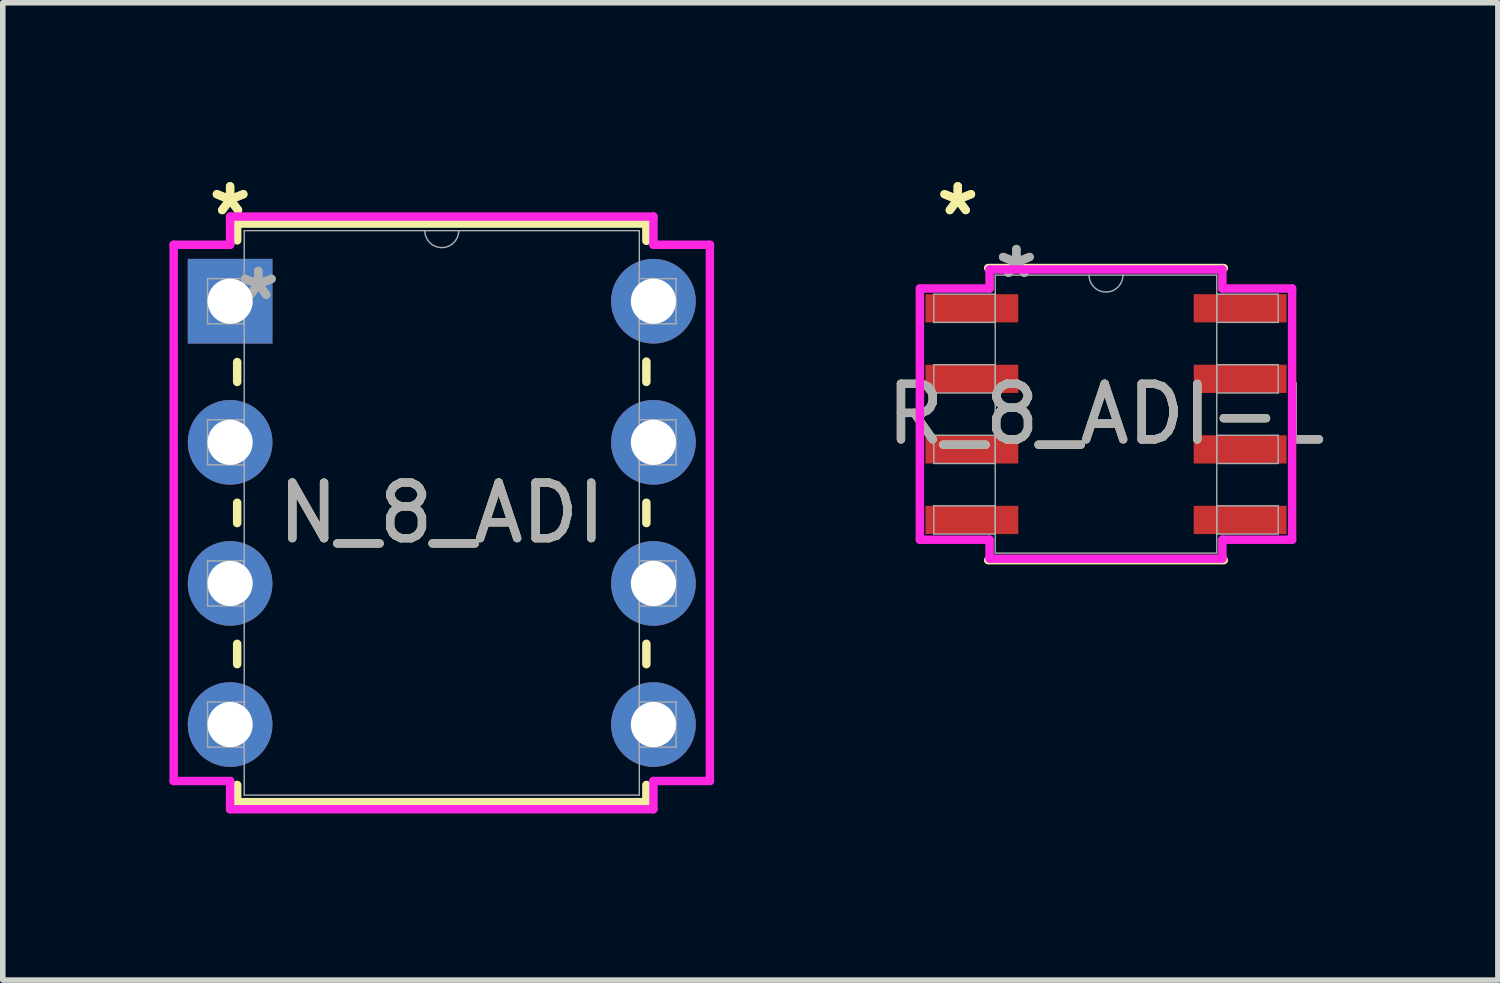
<source format=kicad_pcb>
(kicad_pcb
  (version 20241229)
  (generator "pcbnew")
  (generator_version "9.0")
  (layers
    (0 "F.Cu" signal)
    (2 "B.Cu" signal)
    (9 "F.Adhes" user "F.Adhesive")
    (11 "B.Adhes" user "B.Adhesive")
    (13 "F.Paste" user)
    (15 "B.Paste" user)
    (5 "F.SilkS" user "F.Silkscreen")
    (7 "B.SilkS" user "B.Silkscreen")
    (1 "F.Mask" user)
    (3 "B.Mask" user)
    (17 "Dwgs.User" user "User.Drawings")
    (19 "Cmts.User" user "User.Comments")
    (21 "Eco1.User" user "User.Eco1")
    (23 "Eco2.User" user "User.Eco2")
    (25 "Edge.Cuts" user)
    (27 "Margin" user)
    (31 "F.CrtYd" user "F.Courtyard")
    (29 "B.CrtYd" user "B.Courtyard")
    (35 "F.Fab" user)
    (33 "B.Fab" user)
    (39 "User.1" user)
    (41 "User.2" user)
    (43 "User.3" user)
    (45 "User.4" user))
  (footprint "R_8_ADI-L"
    (layer "F.Cu")
    (at 16.858 4.404)
    (property "Reference" "R_8_ADI-L" (at 0 0 0) (unlocked yes) (layer "F.SilkS") (effects (font (size 1 1) (thickness 0.15))))
    (attr smd)
    (fp_line (start -2.121 2.629) (end 2.121 2.629) (stroke (width 0.152) (type solid)) (layer "F.SilkS"))
    (fp_line (start 2.121 -2.629) (end -2.121 -2.629) (stroke (width 0.152) (type solid)) (layer "F.SilkS"))
    (fp_line (start -3.35 -2.261) (end -2.095 -2.261) (stroke (width 0.152) (type solid)) (layer "F.CrtYd"))
    (fp_line (start -3.35 2.261) (end -3.35 -2.261) (stroke (width 0.152) (type solid)) (layer "F.CrtYd"))
    (fp_line (start -3.35 2.261) (end -2.095 2.261) (stroke (width 0.152) (type solid)) (layer "F.CrtYd"))
    (fp_line (start -2.095 -2.603) (end 2.095 -2.603) (stroke (width 0.152) (type solid)) (layer "F.CrtYd"))
    (fp_line (start -2.095 -2.261) (end -2.095 -2.603) (stroke (width 0.152) (type solid)) (layer "F.CrtYd"))
    (fp_line (start -2.095 2.603) (end -2.095 2.261) (stroke (width 0.152) (type solid)) (layer "F.CrtYd"))
    (fp_line (start 2.095 -2.603) (end 2.095 -2.261) (stroke (width 0.152) (type solid)) (layer "F.CrtYd"))
    (fp_line (start 2.095 2.261) (end 2.095 2.603) (stroke (width 0.152) (type solid)) (layer "F.CrtYd"))
    (fp_line (start 2.095 2.603) (end -2.095 2.603) (stroke (width 0.152) (type solid)) (layer "F.CrtYd"))
    (fp_line (start 3.35 -2.261) (end 2.095 -2.261) (stroke (width 0.152) (type solid)) (layer "F.CrtYd"))
    (fp_line (start 3.35 -2.261) (end 3.35 2.261) (stroke (width 0.152) (type solid)) (layer "F.CrtYd"))
    (fp_line (start 3.35 2.261) (end 2.095 2.261) (stroke (width 0.152) (type solid)) (layer "F.CrtYd"))
    (fp_line (start -3.099 -2.159) (end -3.099 -1.651) (stroke (width 0.025) (type solid)) (layer "F.Fab"))
    (fp_line (start -3.099 -1.651) (end -1.994 -1.651) (stroke (width 0.025) (type solid)) (layer "F.Fab"))
    (fp_line (start -3.099 -0.889) (end -3.099 -0.381) (stroke (width 0.025) (type solid)) (layer "F.Fab"))
    (fp_line (start -3.099 -0.381) (end -1.994 -0.381) (stroke (width 0.025) (type solid)) (layer "F.Fab"))
    (fp_line (start -3.099 0.381) (end -3.099 0.889) (stroke (width 0.025) (type solid)) (layer "F.Fab"))
    (fp_line (start -3.099 0.889) (end -1.994 0.889) (stroke (width 0.025) (type solid)) (layer "F.Fab"))
    (fp_line (start -3.099 1.651) (end -3.099 2.159) (stroke (width 0.025) (type solid)) (layer "F.Fab"))
    (fp_line (start -3.099 2.159) (end -1.994 2.159) (stroke (width 0.025) (type solid)) (layer "F.Fab"))
    (fp_line (start -1.994 -2.502) (end -1.994 2.502) (stroke (width 0.025) (type solid)) (layer "F.Fab"))
    (fp_line (start -1.994 -2.159) (end -3.099 -2.159) (stroke (width 0.025) (type solid)) (layer "F.Fab"))
    (fp_line (start -1.994 -1.651) (end -1.994 -2.159) (stroke (width 0.025) (type solid)) (layer "F.Fab"))
    (fp_line (start -1.994 -0.889) (end -3.099 -0.889) (stroke (width 0.025) (type solid)) (layer "F.Fab"))
    (fp_line (start -1.994 -0.381) (end -1.994 -0.889) (stroke (width 0.025) (type solid)) (layer "F.Fab"))
    (fp_line (start -1.994 0.381) (end -3.099 0.381) (stroke (width 0.025) (type solid)) (layer "F.Fab"))
    (fp_line (start -1.994 0.889) (end -1.994 0.381) (stroke (width 0.025) (type solid)) (layer "F.Fab"))
    (fp_line (start -1.994 1.651) (end -3.099 1.651) (stroke (width 0.025) (type solid)) (layer "F.Fab"))
    (fp_line (start -1.994 2.159) (end -1.994 1.651) (stroke (width 0.025) (type solid)) (layer "F.Fab"))
    (fp_line (start -1.994 2.502) (end 1.994 2.502) (stroke (width 0.025) (type solid)) (layer "F.Fab"))
    (fp_line (start 1.994 -2.502) (end -1.994 -2.502) (stroke (width 0.025) (type solid)) (layer "F.Fab"))
    (fp_line (start 1.994 -2.159) (end 1.994 -1.651) (stroke (width 0.025) (type solid)) (layer "F.Fab"))
    (fp_line (start 1.994 -1.651) (end 3.099 -1.651) (stroke (width 0.025) (type solid)) (layer "F.Fab"))
    (fp_line (start 1.994 -0.889) (end 1.994 -0.381) (stroke (width 0.025) (type solid)) (layer "F.Fab"))
    (fp_line (start 1.994 -0.381) (end 3.099 -0.381) (stroke (width 0.025) (type solid)) (layer "F.Fab"))
    (fp_line (start 1.994 0.381) (end 1.994 0.889) (stroke (width 0.025) (type solid)) (layer "F.Fab"))
    (fp_line (start 1.994 0.889) (end 3.099 0.889) (stroke (width 0.025) (type solid)) (layer "F.Fab"))
    (fp_line (start 1.994 1.651) (end 1.994 2.159) (stroke (width 0.025) (type solid)) (layer "F.Fab"))
    (fp_line (start 1.994 2.159) (end 3.099 2.159) (stroke (width 0.025) (type solid)) (layer "F.Fab"))
    (fp_line (start 1.994 2.502) (end 1.994 -2.502) (stroke (width 0.025) (type solid)) (layer "F.Fab"))
    (fp_line (start 3.099 -2.159) (end 1.994 -2.159) (stroke (width 0.025) (type solid)) (layer "F.Fab"))
    (fp_line (start 3.099 -1.651) (end 3.099 -2.159) (stroke (width 0.025) (type solid)) (layer "F.Fab"))
    (fp_line (start 3.099 -0.889) (end 1.994 -0.889) (stroke (width 0.025) (type solid)) (layer "F.Fab"))
    (fp_line (start 3.099 -0.381) (end 3.099 -0.889) (stroke (width 0.025) (type solid)) (layer "F.Fab"))
    (fp_line (start 3.099 0.381) (end 1.994 0.381) (stroke (width 0.025) (type solid)) (layer "F.Fab"))
    (fp_line (start 3.099 0.889) (end 3.099 0.381) (stroke (width 0.025) (type solid)) (layer "F.Fab"))
    (fp_line (start 3.099 1.651) (end 1.994 1.651) (stroke (width 0.025) (type solid)) (layer "F.Fab"))
    (fp_line (start 3.099 2.159) (end 3.099 1.651) (stroke (width 0.025) (type solid)) (layer "F.Fab"))
    (fp_arc (start 0.3048 -2.5019) (mid 0 -2.1971) (end -0.3048 -2.5019) (stroke (width 0.0254) (type solid)) (layer "F.Fab"))
    (fp_text user "*" (at -2.668 -3.556 0) (layer "F.SilkS") (effects (font (size 1 1) (thickness 0.15))))
    (fp_text user "*" (at -2.668 -3.556 0) (unlocked yes) (layer "F.SilkS") (effects (font (size 1 1) (thickness 0.15))))
    (fp_text user "*" (at -1.613 -2.426 0) (layer "F.Fab") (effects (font (size 1 1) (thickness 0.15))))
    (fp_text user "*" (at -1.613 -2.426 0) (unlocked yes) (layer "F.Fab") (effects (font (size 1 1) (thickness 0.15))))
    (fp_text user "${REFERENCE}" (at 0 0 0) (unlocked yes) (layer "F.Fab") (effects (font (size 1 1) (thickness 0.15))))
    (pad "1" smd rect (at -2.414 -1.905) (size 1.67 0.508) (layers "F.Cu" "F.Mask" "F.Paste"))
    (pad "2" smd rect (at -2.414 -0.635) (size 1.67 0.508) (layers "F.Cu" "F.Mask" "F.Paste"))
    (pad "3" smd rect (at -2.414 0.635) (size 1.67 0.508) (layers "F.Cu" "F.Mask" "F.Paste"))
    (pad "4" smd rect (at -2.414 1.905) (size 1.67 0.508) (layers "F.Cu" "F.Mask" "F.Paste"))
    (pad "5" smd rect (at 2.414 1.905) (size 1.67 0.508) (layers "F.Cu" "F.Mask" "F.Paste"))
    (pad "6" smd rect (at 2.414 0.635) (size 1.67 0.508) (layers "F.Cu" "F.Mask" "F.Paste"))
    (pad "7" smd rect (at 2.414 -0.635) (size 1.67 0.508) (layers "F.Cu" "F.Mask" "F.Paste"))
    (pad "8" smd rect (at 2.414 -1.905) (size 1.67 0.508) (layers "F.Cu" "F.Mask" "F.Paste")))
  (footprint "N_8_ADI"
    (layer "F.Cu")
    (at 1.092 2.372)
    (property "Reference" "N_8_ADI" (at 3.81 3.81 0) (unlocked yes) (layer "F.SilkS") (effects (font (size 1 1) (thickness 0.15))))
    (attr through_hole)
    (fp_line (start 0.127 -1.397) (end 0.127 -1.095) (stroke (width 0.152) (type solid)) (layer "F.SilkS"))
    (fp_line (start 0.127 1.095) (end 0.127 1.453) (stroke (width 0.152) (type solid)) (layer "F.SilkS"))
    (fp_line (start 0.127 3.627) (end 0.127 3.993) (stroke (width 0.152) (type solid)) (layer "F.SilkS"))
    (fp_line (start 0.127 6.167) (end 0.127 6.533) (stroke (width 0.152) (type solid)) (layer "F.SilkS"))
    (fp_line (start 0.127 8.707) (end 0.127 9.017) (stroke (width 0.152) (type solid)) (layer "F.SilkS"))
    (fp_line (start 0.127 9.017) (end 7.493 9.017) (stroke (width 0.152) (type solid)) (layer "F.SilkS"))
    (fp_line (start 7.493 -1.397) (end 0.127 -1.397) (stroke (width 0.152) (type solid)) (layer "F.SilkS"))
    (fp_line (start 7.493 -1.087) (end 7.493 -1.397) (stroke (width 0.152) (type solid)) (layer "F.SilkS"))
    (fp_line (start 7.493 1.453) (end 7.493 1.087) (stroke (width 0.152) (type solid)) (layer "F.SilkS"))
    (fp_line (start 7.493 3.993) (end 7.493 3.627) (stroke (width 0.152) (type solid)) (layer "F.SilkS"))
    (fp_line (start 7.493 6.533) (end 7.493 6.167) (stroke (width 0.152) (type solid)) (layer "F.SilkS"))
    (fp_line (start 7.493 9.017) (end 7.493 8.707) (stroke (width 0.152) (type solid)) (layer "F.SilkS"))
    (fp_line (start -1.016 -1.016) (end 0 -1.016) (stroke (width 0.152) (type solid)) (layer "F.CrtYd"))
    (fp_line (start -1.016 8.636) (end -1.016 -1.016) (stroke (width 0.152) (type solid)) (layer "F.CrtYd"))
    (fp_line (start 0 -1.524) (end 7.62 -1.524) (stroke (width 0.152) (type solid)) (layer "F.CrtYd"))
    (fp_line (start 0 -1.016) (end 0 -1.524) (stroke (width 0.152) (type solid)) (layer "F.CrtYd"))
    (fp_line (start 0 8.636) (end -1.016 8.636) (stroke (width 0.152) (type solid)) (layer "F.CrtYd"))
    (fp_line (start 0 9.144) (end 0 8.636) (stroke (width 0.152) (type solid)) (layer "F.CrtYd"))
    (fp_line (start 7.62 -1.524) (end 7.62 -1.016) (stroke (width 0.152) (type solid)) (layer "F.CrtYd"))
    (fp_line (start 7.62 8.636) (end 7.62 9.144) (stroke (width 0.152) (type solid)) (layer "F.CrtYd"))
    (fp_line (start 7.62 9.144) (end 0 9.144) (stroke (width 0.152) (type solid)) (layer "F.CrtYd"))
    (fp_line (start 8.636 -1.016) (end 7.62 -1.016) (stroke (width 0.152) (type solid)) (layer "F.CrtYd"))
    (fp_line (start 8.636 -1.016) (end 8.636 8.636) (stroke (width 0.152) (type solid)) (layer "F.CrtYd"))
    (fp_line (start 8.636 8.636) (end 7.62 8.636) (stroke (width 0.152) (type solid)) (layer "F.CrtYd"))
    (fp_line (start -0.406 -0.406) (end -0.406 0.406) (stroke (width 0.025) (type solid)) (layer "F.Fab"))
    (fp_line (start -0.406 0.406) (end 0.254 0.406) (stroke (width 0.025) (type solid)) (layer "F.Fab"))
    (fp_line (start -0.406 2.134) (end -0.406 2.946) (stroke (width 0.025) (type solid)) (layer "F.Fab"))
    (fp_line (start -0.406 2.946) (end 0.254 2.946) (stroke (width 0.025) (type solid)) (layer "F.Fab"))
    (fp_line (start -0.406 4.674) (end -0.406 5.486) (stroke (width 0.025) (type solid)) (layer "F.Fab"))
    (fp_line (start -0.406 5.486) (end 0.254 5.486) (stroke (width 0.025) (type solid)) (layer "F.Fab"))
    (fp_line (start -0.406 7.214) (end -0.406 8.026) (stroke (width 0.025) (type solid)) (layer "F.Fab"))
    (fp_line (start -0.406 8.026) (end 0.254 8.026) (stroke (width 0.025) (type solid)) (layer "F.Fab"))
    (fp_line (start 0.254 -1.27) (end 0.254 8.89) (stroke (width 0.025) (type solid)) (layer "F.Fab"))
    (fp_line (start 0.254 -0.406) (end -0.406 -0.406) (stroke (width 0.025) (type solid)) (layer "F.Fab"))
    (fp_line (start 0.254 0.406) (end 0.254 -0.406) (stroke (width 0.025) (type solid)) (layer "F.Fab"))
    (fp_line (start 0.254 2.134) (end -0.406 2.134) (stroke (width 0.025) (type solid)) (layer "F.Fab"))
    (fp_line (start 0.254 2.946) (end 0.254 2.134) (stroke (width 0.025) (type solid)) (layer "F.Fab"))
    (fp_line (start 0.254 4.674) (end -0.406 4.674) (stroke (width 0.025) (type solid)) (layer "F.Fab"))
    (fp_line (start 0.254 5.486) (end 0.254 4.674) (stroke (width 0.025) (type solid)) (layer "F.Fab"))
    (fp_line (start 0.254 7.214) (end -0.406 7.214) (stroke (width 0.025) (type solid)) (layer "F.Fab"))
    (fp_line (start 0.254 8.026) (end 0.254 7.214) (stroke (width 0.025) (type solid)) (layer "F.Fab"))
    (fp_line (start 0.254 8.89) (end 7.366 8.89) (stroke (width 0.025) (type solid)) (layer "F.Fab"))
    (fp_line (start 7.366 -1.27) (end 0.254 -1.27) (stroke (width 0.025) (type solid)) (layer "F.Fab"))
    (fp_line (start 7.366 -0.406) (end 7.366 0.406) (stroke (width 0.025) (type solid)) (layer "F.Fab"))
    (fp_line (start 7.366 0.406) (end 8.026 0.406) (stroke (width 0.025) (type solid)) (layer "F.Fab"))
    (fp_line (start 7.366 2.134) (end 7.366 2.946) (stroke (width 0.025) (type solid)) (layer "F.Fab"))
    (fp_line (start 7.366 2.946) (end 8.026 2.946) (stroke (width 0.025) (type solid)) (layer "F.Fab"))
    (fp_line (start 7.366 4.674) (end 7.366 5.486) (stroke (width 0.025) (type solid)) (layer "F.Fab"))
    (fp_line (start 7.366 5.486) (end 8.026 5.486) (stroke (width 0.025) (type solid)) (layer "F.Fab"))
    (fp_line (start 7.366 7.214) (end 7.366 8.026) (stroke (width 0.025) (type solid)) (layer "F.Fab"))
    (fp_line (start 7.366 8.026) (end 8.026 8.026) (stroke (width 0.025) (type solid)) (layer "F.Fab"))
    (fp_line (start 7.366 8.89) (end 7.366 -1.27) (stroke (width 0.025) (type solid)) (layer "F.Fab"))
    (fp_line (start 8.026 -0.406) (end 7.366 -0.406) (stroke (width 0.025) (type solid)) (layer "F.Fab"))
    (fp_line (start 8.026 0.406) (end 8.026 -0.406) (stroke (width 0.025) (type solid)) (layer "F.Fab"))
    (fp_line (start 8.026 2.134) (end 7.366 2.134) (stroke (width 0.025) (type solid)) (layer "F.Fab"))
    (fp_line (start 8.026 2.946) (end 8.026 2.134) (stroke (width 0.025) (type solid)) (layer "F.Fab"))
    (fp_line (start 8.026 4.674) (end 7.366 4.674) (stroke (width 0.025) (type solid)) (layer "F.Fab"))
    (fp_line (start 8.026 5.486) (end 8.026 4.674) (stroke (width 0.025) (type solid)) (layer "F.Fab"))
    (fp_line (start 8.026 7.214) (end 7.366 7.214) (stroke (width 0.025) (type solid)) (layer "F.Fab"))
    (fp_line (start 8.026 8.026) (end 8.026 7.214) (stroke (width 0.025) (type solid)) (layer "F.Fab"))
    (fp_arc (start 4.1148 -1.27) (mid 3.81 -0.9652) (end 3.5052 -1.27) (stroke (width 0.0254) (type solid)) (layer "F.Fab"))
    (fp_text user "*" (at 0 -1.524 0) (unlocked yes) (layer "F.SilkS") (effects (font (size 1 1) (thickness 0.15))))
    (fp_text user "*" (at 0 -1.524 0) (layer "F.SilkS") (effects (font (size 1 1) (thickness 0.15))))
    (fp_text user "${REFERENCE}" (at 3.81 3.81 0) (unlocked yes) (layer "F.Fab") (effects (font (size 1 1) (thickness 0.15))))
    (fp_text user "*" (at 0.508 0 0) (layer "F.Fab") (effects (font (size 1 1) (thickness 0.15))))
    (fp_text user "*" (at 0.508 0 0) (unlocked yes) (layer "F.Fab") (effects (font (size 1 1) (thickness 0.15))))
    (pad "1" thru_hole rect (at 0 0) (size 1.524 1.524) (drill 0.813) (layers "*.Cu" "*.Mask"))
    (pad "2" thru_hole circle (at 0 2.54) (size 1.524 1.524) (drill 0.813) (layers "*.Cu" "*.Mask"))
    (pad "3" thru_hole circle (at 0 5.08) (size 1.524 1.524) (drill 0.813) (layers "*.Cu" "*.Mask"))
    (pad "4" thru_hole circle (at 0 7.62) (size 1.524 1.524) (drill 0.813) (layers "*.Cu" "*.Mask"))
    (pad "5" thru_hole circle (at 7.62 7.62) (size 1.524 1.524) (drill 0.813) (layers "*.Cu" "*.Mask"))
    (pad "6" thru_hole circle (at 7.62 5.08) (size 1.524 1.524) (drill 0.813) (layers "*.Cu" "*.Mask"))
    (pad "7" thru_hole circle (at 7.62 2.54) (size 1.524 1.524) (drill 0.813) (layers "*.Cu" "*.Mask"))
    (pad "8" thru_hole circle (at 7.62 0) (size 1.524 1.524) (drill 0.813) (layers "*.Cu" "*.Mask")))
  (gr_rect
    (start -3 -3)
    (end 23.912 14.592)
    (stroke (width 0.1) (type default))
    (fill no)
    (layer "Edge.Cuts")))
</source>
